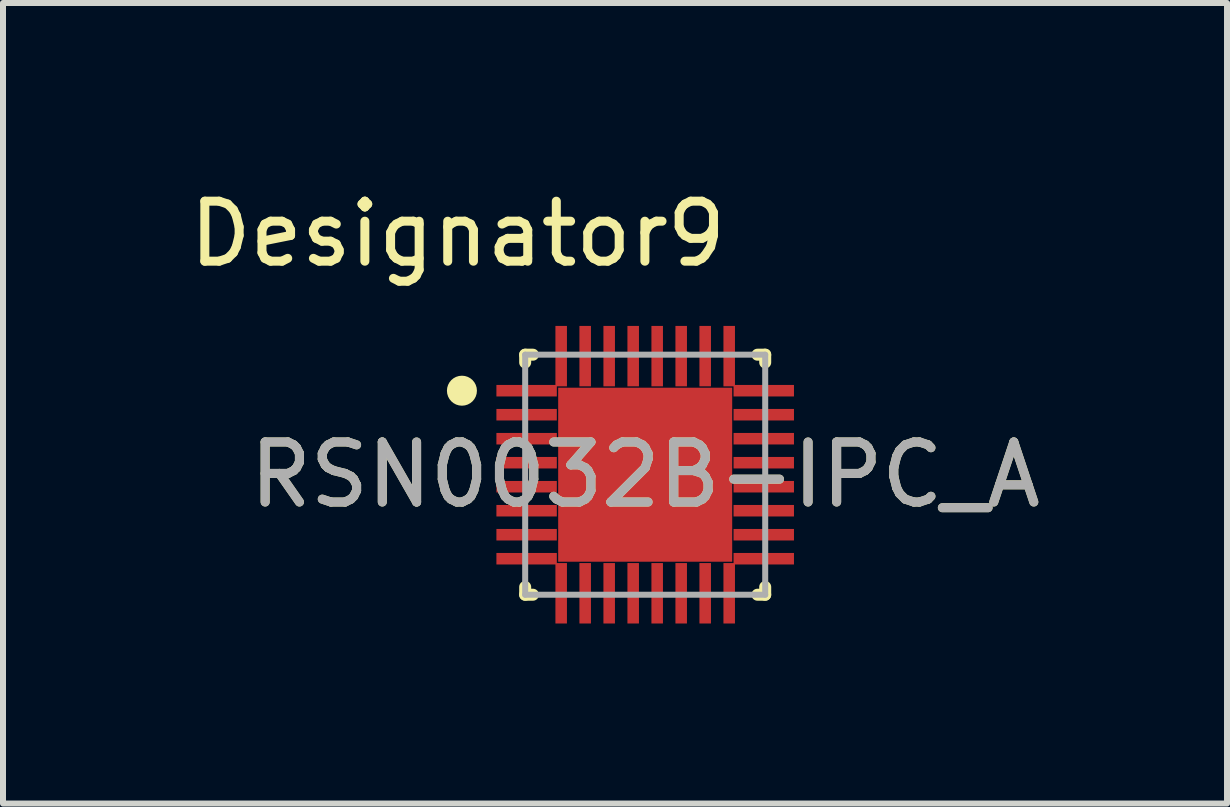
<source format=kicad_pcb>
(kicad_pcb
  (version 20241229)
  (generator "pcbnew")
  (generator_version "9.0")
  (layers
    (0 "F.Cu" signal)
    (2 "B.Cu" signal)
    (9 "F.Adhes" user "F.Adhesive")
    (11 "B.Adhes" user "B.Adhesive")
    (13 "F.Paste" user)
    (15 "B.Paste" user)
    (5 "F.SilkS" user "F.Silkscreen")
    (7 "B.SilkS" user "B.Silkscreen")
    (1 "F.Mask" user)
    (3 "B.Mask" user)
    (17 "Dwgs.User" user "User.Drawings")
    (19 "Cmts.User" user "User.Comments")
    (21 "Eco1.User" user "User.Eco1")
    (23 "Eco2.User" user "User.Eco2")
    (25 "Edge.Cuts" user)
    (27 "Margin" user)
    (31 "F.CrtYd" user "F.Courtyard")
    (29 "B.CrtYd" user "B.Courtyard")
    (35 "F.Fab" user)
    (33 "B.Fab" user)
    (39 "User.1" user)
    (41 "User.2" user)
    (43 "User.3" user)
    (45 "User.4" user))
  (footprint "RSN0032B-IPC_A"
    (layer "F.Cu")
    (at 7.702 4.861)
    (property "Reference" "RSN0032B-IPC_A" (at 0 0 0) (unlocked yes) (layer "F.SilkS") (effects (font (size 1 1) (thickness 0.15))))
    (attr smd)
    (fp_line (start -2 -2) (end -1.871 -2) (stroke (width 0.2) (type solid)) (layer "F.SilkS"))
    (fp_line (start -2 -1.871) (end -2 -2) (stroke (width 0.2) (type solid)) (layer "F.SilkS"))
    (fp_line (start -2 2) (end -2 1.871) (stroke (width 0.2) (type solid)) (layer "F.SilkS"))
    (fp_line (start -2 2) (end -1.871 2) (stroke (width 0.2) (type solid)) (layer "F.SilkS"))
    (fp_line (start 1.871 -2) (end 2 -2) (stroke (width 0.2) (type solid)) (layer "F.SilkS"))
    (fp_line (start 1.871 2) (end 2 2) (stroke (width 0.2) (type solid)) (layer "F.SilkS"))
    (fp_line (start 2 -1.871) (end 2 -2) (stroke (width 0.2) (type solid)) (layer "F.SilkS"))
    (fp_line (start 2 2) (end 2 1.871) (stroke (width 0.2) (type solid)) (layer "F.SilkS"))
    (fp_circle (center -3.054 -1.4) (end -2.929 -1.4) (stroke (width 0.25) (type solid)) (fill no) (layer "F.SilkS"))
    (fp_poly (pts (xy -0.917 0.917) (xy 0.917 0.917) (xy 0.917 -0.917) (xy -0.917 -0.917)) (stroke (width 0) (type solid)) (fill yes) (layer "F.Paste"))
    (fp_line (start -2 -2) (end 2 -2) (stroke (width 0.1) (type solid)) (layer "F.Fab"))
    (fp_line (start -2 2) (end -2 -2) (stroke (width 0.1) (type solid)) (layer "F.Fab"))
    (fp_line (start -2 2) (end 2 2) (stroke (width 0.1) (type solid)) (layer "F.Fab"))
    (fp_line (start 2 2) (end 2 -2) (stroke (width 0.1) (type solid)) (layer "F.Fab"))
    (fp_text user "Designator9" (at -3.124 -4.013 0) (unlocked yes) (layer "F.SilkS") (effects (font (size 1 1) (thickness 0.15))))
    (fp_text user "${REFERENCE}" (at 0 0 0) (unlocked yes) (layer "F.Fab") (effects (font (size 1 1) (thickness 0.15))))
    (pad "1" smd rect (at -1.976 -1.4 90) (size 0.192 1.007) (layers "F.Cu" "F.Mask" "F.Paste"))
    (pad "2" smd rect (at -1.976 -1 90) (size 0.192 1.007) (layers "F.Cu" "F.Mask" "F.Paste"))
    (pad "3" smd rect (at -1.976 -0.6 90) (size 0.192 1.007) (layers "F.Cu" "F.Mask" "F.Paste"))
    (pad "4" smd rect (at -1.976 -0.2 90) (size 0.192 1.007) (layers "F.Cu" "F.Mask" "F.Paste"))
    (pad "5" smd rect (at -1.976 0.2 90) (size 0.192 1.007) (layers "F.Cu" "F.Mask" "F.Paste"))
    (pad "6" smd rect (at -1.976 0.6 90) (size 0.192 1.007) (layers "F.Cu" "F.Mask" "F.Paste"))
    (pad "7" smd rect (at -1.976 1 90) (size 0.192 1.007) (layers "F.Cu" "F.Mask" "F.Paste"))
    (pad "8" smd rect (at -1.976 1.4 90) (size 0.192 1.007) (layers "F.Cu" "F.Mask" "F.Paste"))
    (pad "9" smd rect (at -1.4 1.976) (size 0.192 1.007) (layers "F.Cu" "F.Mask" "F.Paste"))
    (pad "10" smd rect (at -1 1.976) (size 0.192 1.007) (layers "F.Cu" "F.Mask" "F.Paste"))
    (pad "11" smd rect (at -0.6 1.976) (size 0.192 1.007) (layers "F.Cu" "F.Mask" "F.Paste"))
    (pad "12" smd rect (at -0.2 1.976) (size 0.192 1.007) (layers "F.Cu" "F.Mask" "F.Paste"))
    (pad "13" smd rect (at 0.2 1.976) (size 0.192 1.007) (layers "F.Cu" "F.Mask" "F.Paste"))
    (pad "14" smd rect (at 0.6 1.976) (size 0.192 1.007) (layers "F.Cu" "F.Mask" "F.Paste"))
    (pad "15" smd rect (at 1 1.976) (size 0.192 1.007) (layers "F.Cu" "F.Mask" "F.Paste"))
    (pad "16" smd rect (at 1.4 1.976) (size 0.192 1.007) (layers "F.Cu" "F.Mask" "F.Paste"))
    (pad "17" smd rect (at 1.976 1.4 90) (size 0.192 1.007) (layers "F.Cu" "F.Mask" "F.Paste"))
    (pad "18" smd rect (at 1.976 1 90) (size 0.192 1.007) (layers "F.Cu" "F.Mask" "F.Paste"))
    (pad "19" smd rect (at 1.976 0.6 90) (size 0.192 1.007) (layers "F.Cu" "F.Mask" "F.Paste"))
    (pad "20" smd rect (at 1.976 0.2 90) (size 0.192 1.007) (layers "F.Cu" "F.Mask" "F.Paste"))
    (pad "21" smd rect (at 1.976 -0.2 90) (size 0.192 1.007) (layers "F.Cu" "F.Mask" "F.Paste"))
    (pad "22" smd rect (at 1.976 -0.6 90) (size 0.192 1.007) (layers "F.Cu" "F.Mask" "F.Paste"))
    (pad "23" smd rect (at 1.976 -1 90) (size 0.192 1.007) (layers "F.Cu" "F.Mask" "F.Paste"))
    (pad "24" smd rect (at 1.976 -1.4 90) (size 0.192 1.007) (layers "F.Cu" "F.Mask" "F.Paste"))
    (pad "25" smd rect (at 1.4 -1.976) (size 0.192 1.007) (layers "F.Cu" "F.Mask" "F.Paste"))
    (pad "26" smd rect (at 1 -1.976) (size 0.192 1.007) (layers "F.Cu" "F.Mask" "F.Paste"))
    (pad "27" smd rect (at 0.6 -1.976) (size 0.192 1.007) (layers "F.Cu" "F.Mask" "F.Paste"))
    (pad "28" smd rect (at 0.2 -1.976) (size 0.192 1.007) (layers "F.Cu" "F.Mask" "F.Paste"))
    (pad "29" smd rect (at -0.2 -1.976) (size 0.192 1.007) (layers "F.Cu" "F.Mask" "F.Paste"))
    (pad "30" smd rect (at -0.6 -1.976) (size 0.192 1.007) (layers "F.Cu" "F.Mask" "F.Paste"))
    (pad "31" smd rect (at -1 -1.976) (size 0.192 1.007) (layers "F.Cu" "F.Mask" "F.Paste"))
    (pad "32" smd rect (at -1.4 -1.976) (size 0.192 1.007) (layers "F.Cu" "F.Mask" "F.Paste"))
    (pad "33" smd rect (at 0 0) (size 2.9 2.9) (layers "F.Cu" "F.Mask")))
  (gr_rect
    (start -3 -3)
    (end 17.398 10.341)
    (stroke (width 0.1) (type default))
    (fill no)
    (layer "Edge.Cuts")))
</source>
